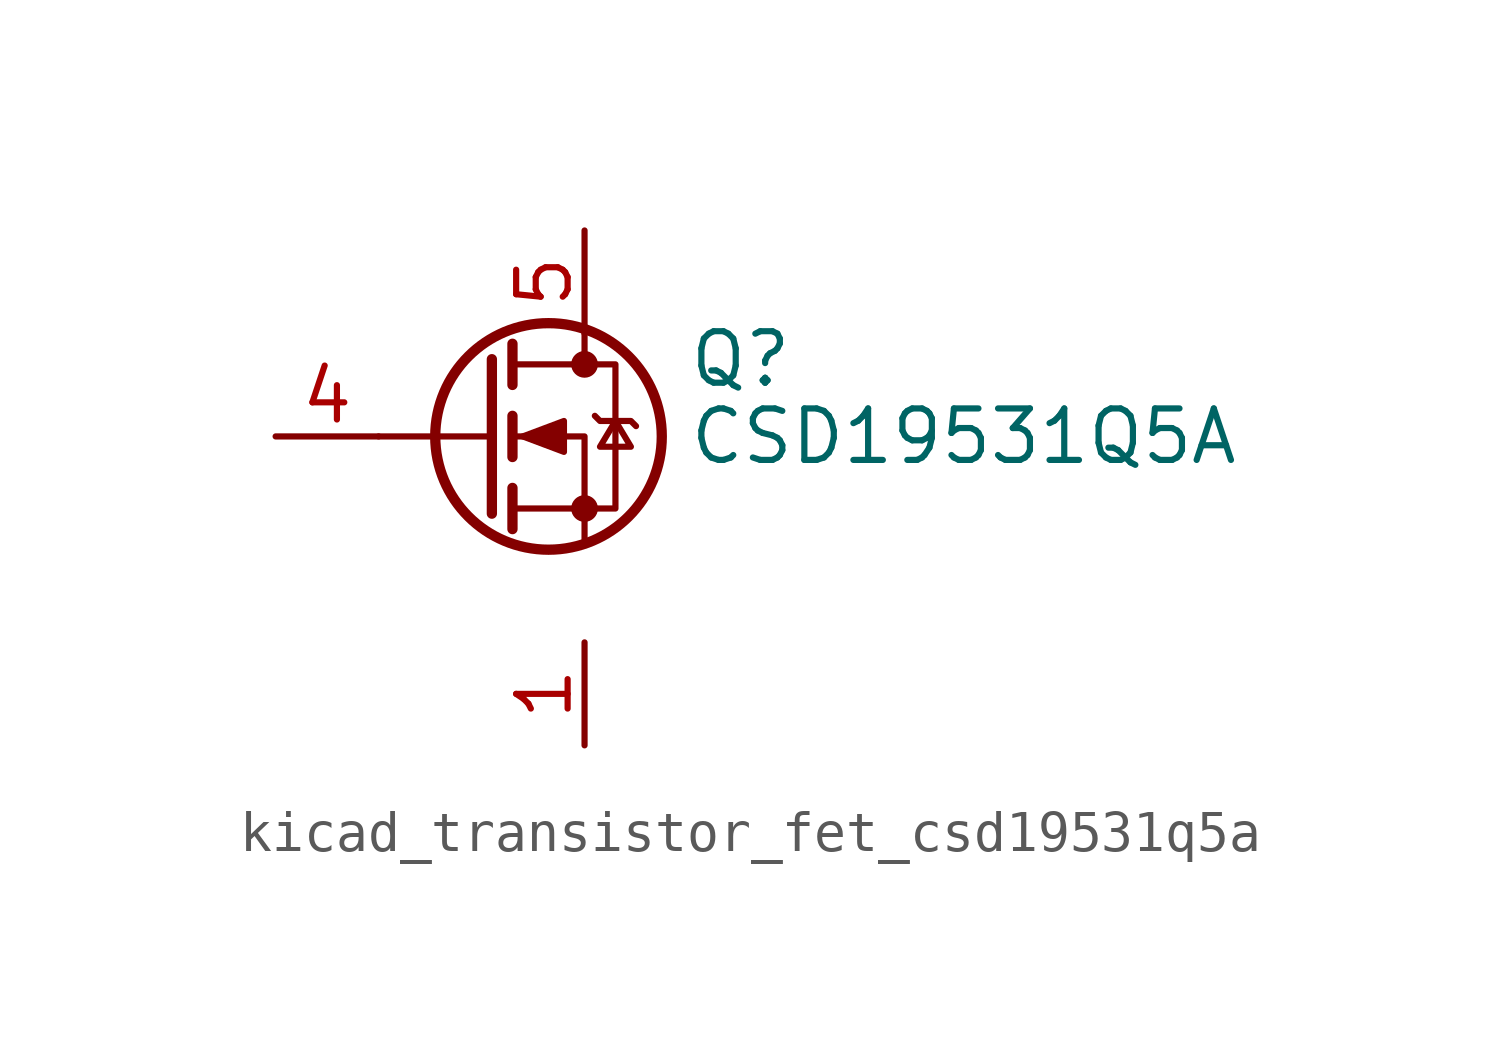
<source format=kicad_sym>
(kicad_symbol_lib
  (version 20220914)
  (generator kicad_symbol_editor)
  (symbol "kicad_transistor_fet_csd19531q5a"
    (pin_names hide)
    (property "Reference" "Q"
      (at 5.08 1.905 0)
      (effects (font (size 1.27 1.27)) (justify left)))
    (property "Value" "CSD19531Q5A"
      (at 5.08 0 0)
      (effects (font (size 1.27 1.27)) (justify left)))
    (symbol "kicad_transistor_fet_csd19531q5a_0_1"
      (polyline (pts (xy 0.254 0) (xy -2.54 0)) (stroke (width 0) (type default)) (fill (type none)))
      (polyline (pts (xy 0.254 1.905) (xy 0.254 -1.905)) (stroke (width 0.254) (type default)) (fill (type none)))
      (polyline (pts (xy 0.762 -1.27) (xy 0.762 -2.286)) (stroke (width 0.254) (type default)) (fill (type none)))
      (polyline (pts (xy 0.762 0.508) (xy 0.762 -0.508)) (stroke (width 0.254) (type default)) (fill (type none)))
      (polyline (pts (xy 0.762 2.286) (xy 0.762 1.27)) (stroke (width 0.254) (type default)) (fill (type none)))
      (polyline (pts (xy 2.54 2.54) (xy 2.54 1.778)) (stroke (width 0) (type default)) (fill (type none)))
      (polyline (pts (xy 2.54 -2.54) (xy 2.54 0) (xy 0.762 0)) (stroke (width 0) (type default)) (fill (type none)))
      (polyline (pts (xy 0.762 -1.778) (xy 3.302 -1.778) (xy 3.302 1.778) (xy 0.762 1.778)) (stroke (width 0) (type default)) (fill (type none)))
      (polyline (pts (xy 1.016 0) (xy 2.032 0.381) (xy 2.032 -0.381) (xy 1.016 0)) (stroke (width 0) (type default)) (fill (type outline)))
      (polyline (pts (xy 2.794 0.508) (xy 2.921 0.381) (xy 3.683 0.381) (xy 3.81 0.254)) (stroke (width 0) (type default)) (fill (type none)))
      (polyline (pts (xy 3.302 0.381) (xy 2.921 -0.254) (xy 3.683 -0.254) (xy 3.302 0.381)) (stroke (width 0) (type default)) (fill (type none)))
      (circle (center 1.651 0) (radius 2.794) (stroke (width 0.254) (type default)) (fill (type none)))
      (circle (center 2.54 -1.778) (radius 0.254) (stroke (width 0) (type default)) (fill (type outline)))
      (circle (center 2.54 1.778) (radius 0.254) (stroke (width 0) (type default)) (fill (type outline))))
    (symbol "kicad_transistor_fet_csd19531q5a_1_1"
      (pin passive line (at 2.54 -5.08 270) (length 2.54) (name "S" (effects (font (size 1.27 1.27)))) (number "1" (effects (font (size 1.27 1.27)))))
      (pin passive line (at 2.54 -5.08 270) (length 2.54) hide (name "S" (effects (font (size 1.27 1.27)))) (number "2" (effects (font (size 1.27 1.27)))))
      (pin passive line (at 2.54 -5.08 90) (length 2.54) hide (name "S" (effects (font (size 1.27 1.27)))) (number "3" (effects (font (size 1.27 1.27)))))
      (pin passive line (at -5.08 0 0) (length 2.54) (name "G" (effects (font (size 1.27 1.27)))) (number "4" (effects (font (size 1.27 1.27)))))
      (pin passive line (at 2.54 5.08 270) (length 2.54) (name "D" (effects (font (size 1.27 1.27)))) (number "5" (effects (font (size 1.27 1.27))))))))
</source>
